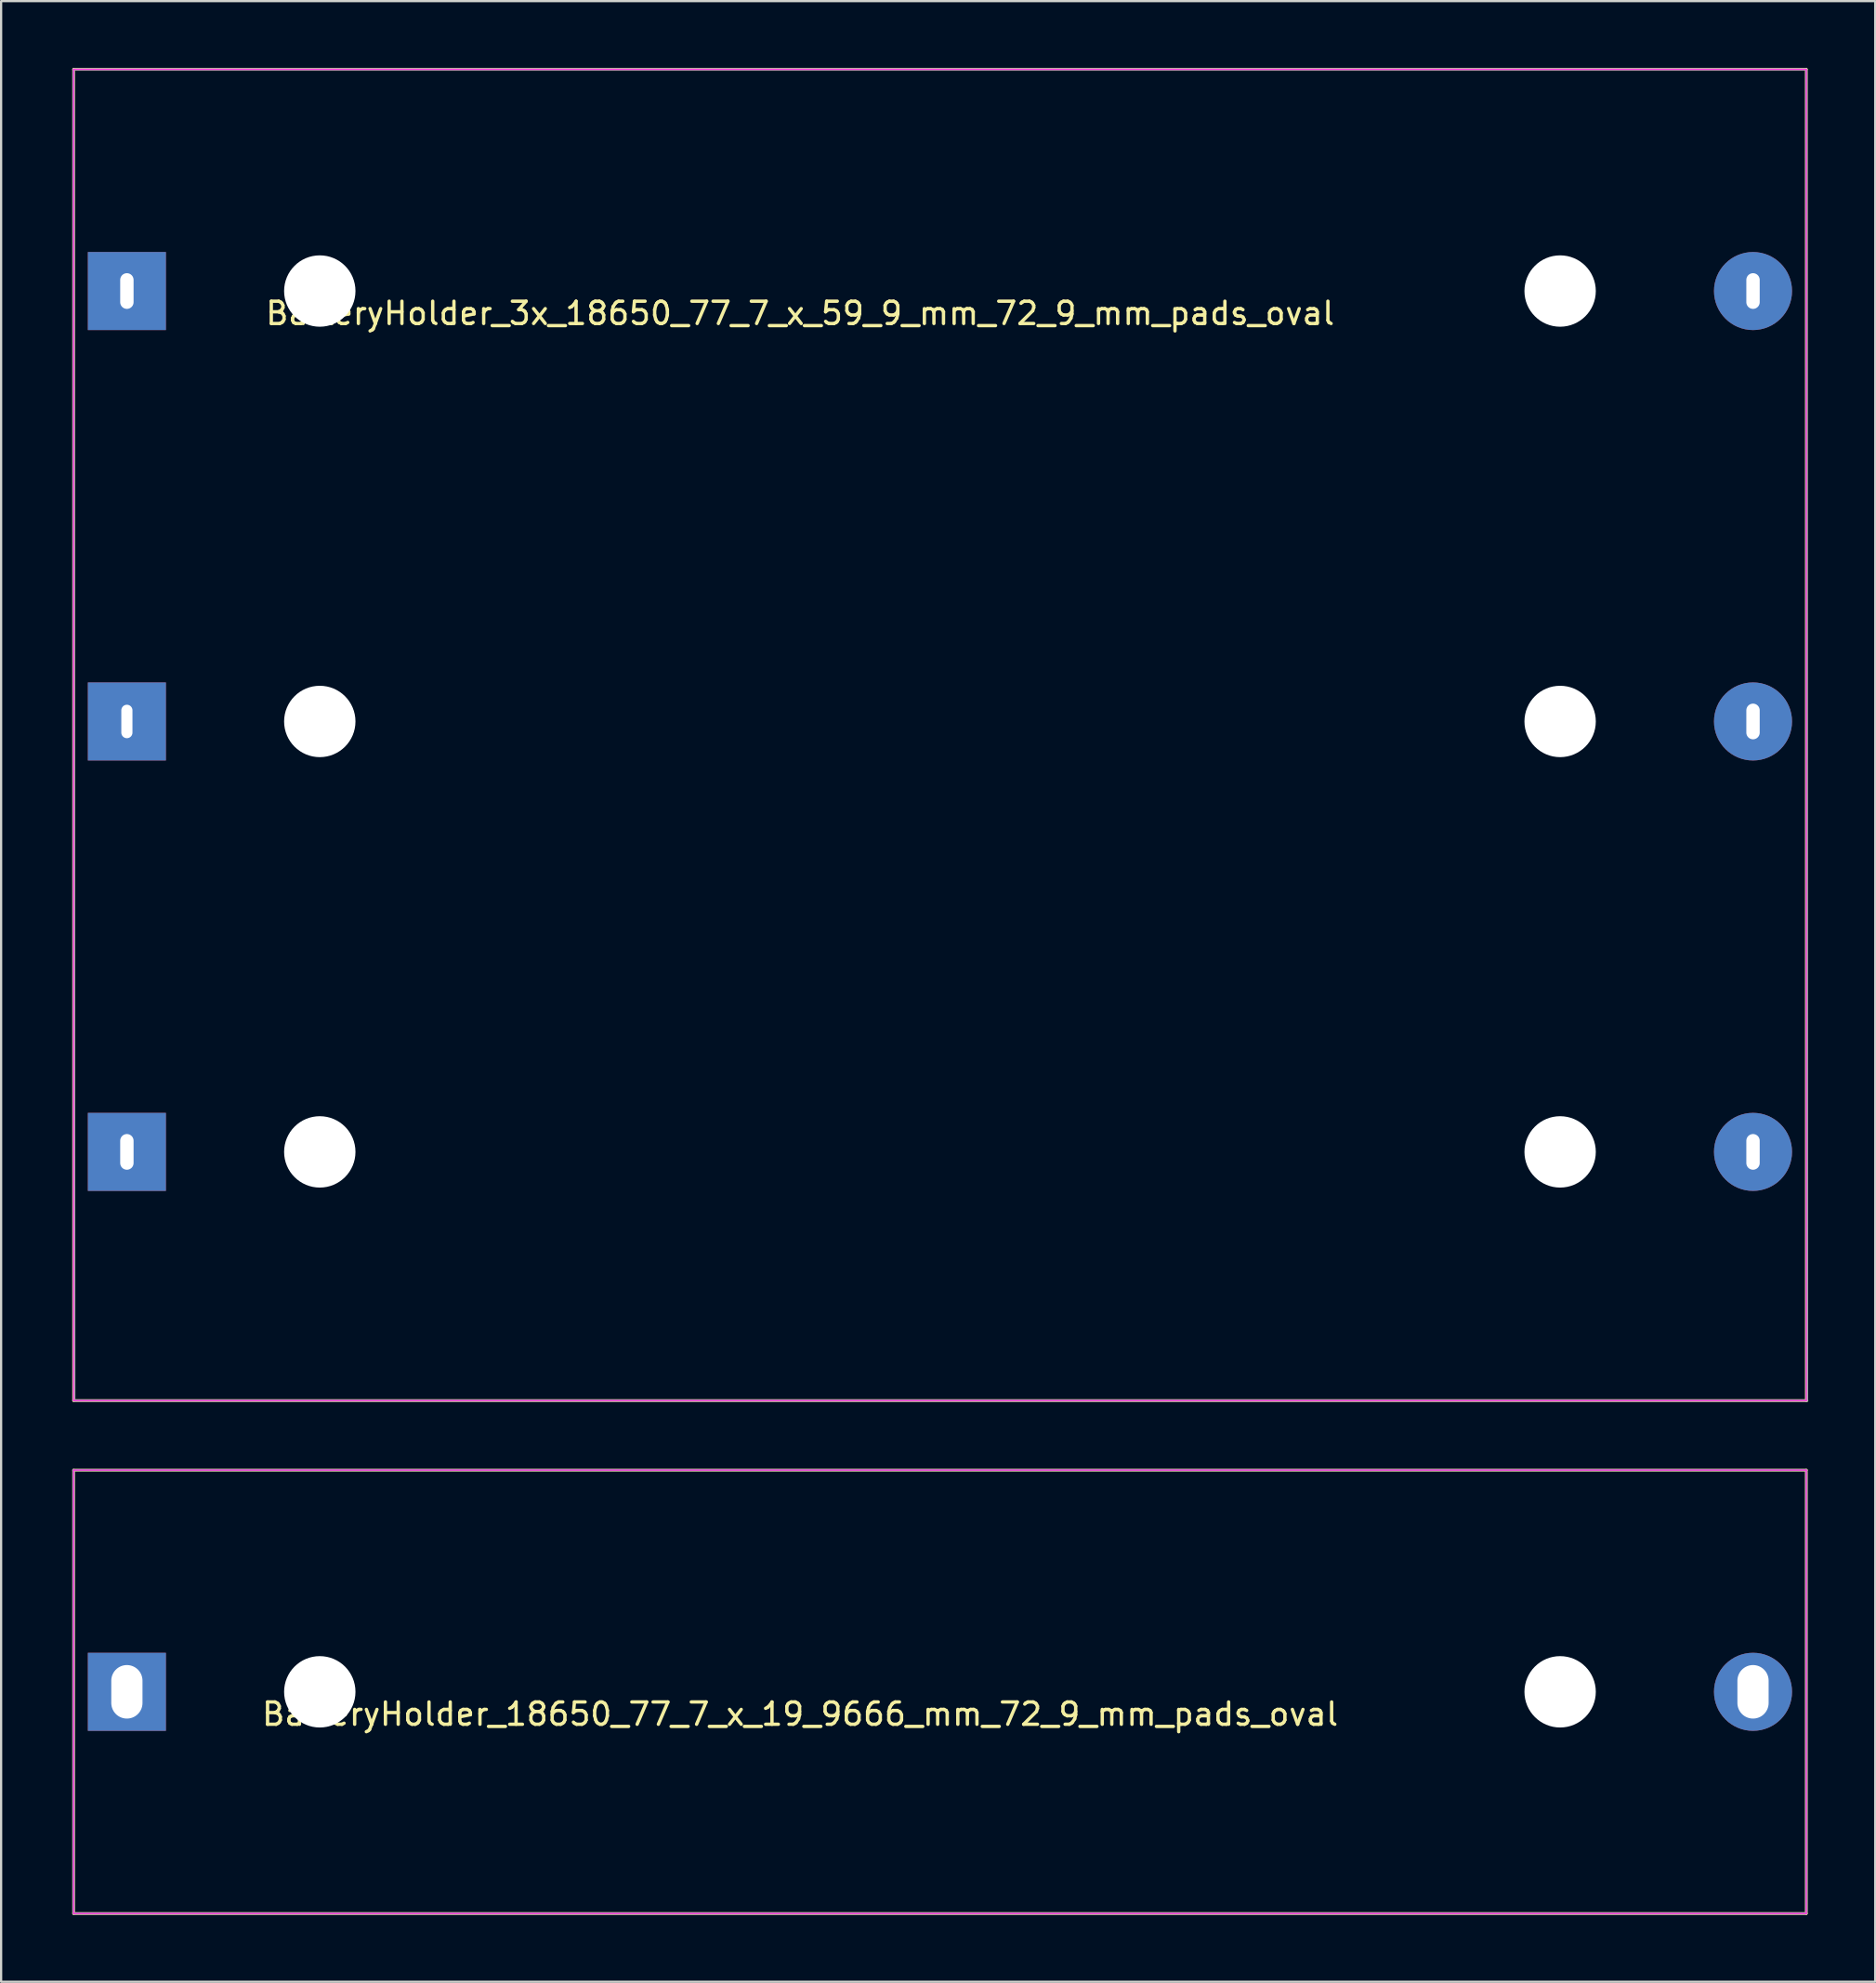
<source format=kicad_pcb>
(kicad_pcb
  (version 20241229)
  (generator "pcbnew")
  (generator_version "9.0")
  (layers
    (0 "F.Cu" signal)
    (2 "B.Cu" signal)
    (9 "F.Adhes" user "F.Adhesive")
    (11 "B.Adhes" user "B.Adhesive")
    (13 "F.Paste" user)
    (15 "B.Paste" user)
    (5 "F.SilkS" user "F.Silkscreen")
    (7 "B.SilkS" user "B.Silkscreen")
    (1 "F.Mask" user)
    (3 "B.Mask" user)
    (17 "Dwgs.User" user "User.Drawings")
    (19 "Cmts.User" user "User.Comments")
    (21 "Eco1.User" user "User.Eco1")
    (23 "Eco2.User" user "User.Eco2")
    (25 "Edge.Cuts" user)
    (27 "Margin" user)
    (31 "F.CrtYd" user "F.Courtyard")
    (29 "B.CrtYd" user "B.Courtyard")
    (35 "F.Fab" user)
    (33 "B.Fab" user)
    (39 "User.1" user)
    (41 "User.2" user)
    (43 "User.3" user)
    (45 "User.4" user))
  (footprint "BatteryHolder_3x_18650_77_7_x_59_9_mm_72_9_mm_pads_oval"
    (layer "F.Cu")
    (at 0.25 10)
    (property "Reference" "BatteryHolder_3x_18650_77_7_x_59_9_mm_72_9_mm_pads_oval" (at 32.58 1 180) (layer "F.SilkS") (effects (font (size 1 1) (thickness 0.15))))
    (attr through_hole)
    (fp_line (start 0 -9.94) (end 77.7 -9.94) (stroke (width 0.12) (type solid)) (layer "F.SilkS"))
    (fp_line (start 0 49.75) (end 0 -9.94) (stroke (width 0.12) (type solid)) (layer "F.SilkS"))
    (fp_line (start 77.7 -9.94) (end 77.7 49.75) (stroke (width 0.12) (type solid)) (layer "F.SilkS"))
    (fp_line (start 77.73 49.75) (end 0 49.75) (stroke (width 0.12) (type solid)) (layer "F.SilkS"))
    (fp_line (start 0 -9.94) (end 77.7 -9.94) (stroke (width 0.05) (type solid)) (layer "F.CrtYd"))
    (fp_line (start 0 49.75) (end 0 -9.94) (stroke (width 0.05) (type solid)) (layer "F.CrtYd"))
    (fp_line (start 77.7 -9.94) (end 77.7 49.75) (stroke (width 0.05) (type solid)) (layer "F.CrtYd"))
    (fp_line (start 77.7 49.75) (end 0 49.75) (stroke (width 0.05) (type solid)) (layer "F.CrtYd"))
    (fp_line (start 0 -9.94) (end 77.7 -9.94) (stroke (width 0.1) (type solid)) (layer "F.Fab"))
    (fp_line (start 0.03 49.75) (end 0 -9.85) (stroke (width 0.1) (type solid)) (layer "F.Fab"))
    (fp_line (start 77.7 -9.85) (end 77.73 49.75) (stroke (width 0.1) (type solid)) (layer "F.Fab"))
    (fp_line (start 77.73 49.75) (end 0.03 49.75) (stroke (width 0.1) (type solid)) (layer "F.Fab"))
    (pad "" np_thru_hole circle (at 11.04 0) (size 3.2 3.2) (drill 3.2) (layers "*.Cu" "*.Mask"))
    (pad "" np_thru_hole circle (at 11.04 19.3) (size 3.2 3.2) (drill 3.2) (layers "*.Cu" "*.Mask"))
    (pad "" np_thru_hole circle (at 11.04 38.6) (size 3.2 3.2) (drill 3.2) (layers "*.Cu" "*.Mask"))
    (pad "" np_thru_hole circle (at 66.66 0) (size 3.2 3.2) (drill 3.2) (layers "*.Cu" "*.Mask"))
    (pad "" np_thru_hole circle (at 66.66 19.3) (size 3.2 3.2) (drill 3.2) (layers "*.Cu" "*.Mask"))
    (pad "" np_thru_hole circle (at 66.66 38.6) (size 3.2 3.2) (drill 3.2) (layers "*.Cu" "*.Mask"))
    (pad "1" thru_hole rect (at 2.39 38.6) (size 3.5 3.5) (drill oval 0.6 1.6) (layers "*.Cu" "*.Mask"))
    (pad "2" thru_hole circle (at 75.31 38.6) (size 3.5 3.5) (drill oval 0.6 1.6) (layers "*.Cu" "*.Mask"))
    (pad "3" thru_hole rect (at 2.39 19.3) (size 3.5 3.5) (drill oval 0.5 1.5) (layers "*.Cu" "*.Mask"))
    (pad "4" thru_hole circle (at 75.31 19.3) (size 3.5 3.5) (drill oval 0.6 1.6) (layers "*.Cu" "*.Mask"))
    (pad "5" thru_hole rect (at 2.39 0) (size 3.5 3.5) (drill oval 0.6 1.6) (layers "*.Cu" "*.Mask"))
    (pad "6" thru_hole circle (at 75.31 0) (size 3.5 3.5) (drill oval 0.6 1.6) (layers "*.Cu" "*.Mask")))
  (footprint "BatteryHolder_18650_77_7_x_19_9666_mm_72_9_mm_pads_oval"
    (layer "F.Cu")
    (at 0.25 72.81)
    (property "Reference" "BatteryHolder_18650_77_7_x_19_9666_mm_72_9_mm_pads_oval" (at 32.58 1 180) (layer "F.SilkS") (effects (font (size 1 1) (thickness 0.15))))
    (attr through_hole)
    (fp_line (start 0 -9.94) (end 77.7 -9.94) (stroke (width 0.12) (type solid)) (layer "F.SilkS"))
    (fp_line (start 0 9.94) (end 0 -9.94) (stroke (width 0.12) (type solid)) (layer "F.SilkS"))
    (fp_line (start 77.7 -9.94) (end 77.7 9.94) (stroke (width 0.12) (type solid)) (layer "F.SilkS"))
    (fp_line (start 77.7 9.94) (end 0 9.94) (stroke (width 0.12) (type solid)) (layer "F.SilkS"))
    (fp_line (start 0 -9.94) (end 77.7 -9.94) (stroke (width 0.05) (type solid)) (layer "F.CrtYd"))
    (fp_line (start 0 9.94) (end 0 -9.94) (stroke (width 0.05) (type solid)) (layer "F.CrtYd"))
    (fp_line (start 77.7 -9.94) (end 77.7 9.94) (stroke (width 0.05) (type solid)) (layer "F.CrtYd"))
    (fp_line (start 77.7 9.94) (end 0 9.94) (stroke (width 0.05) (type solid)) (layer "F.CrtYd"))
    (fp_line (start 0 -9.94) (end 77.7 -9.94) (stroke (width 0.1) (type solid)) (layer "F.Fab"))
    (fp_line (start 0 9.85) (end 0 -9.85) (stroke (width 0.1) (type solid)) (layer "F.Fab"))
    (fp_line (start 77.7 -9.85) (end 77.7 9.85) (stroke (width 0.1) (type solid)) (layer "F.Fab"))
    (fp_line (start 77.7 9.94) (end 0 9.94) (stroke (width 0.1) (type solid)) (layer "F.Fab"))
    (pad "" np_thru_hole circle (at 11.04 0) (size 3.2 3.2) (drill 3.2) (layers "*.Cu" "*.Mask"))
    (pad "" np_thru_hole circle (at 66.66 0) (size 3.2 3.2) (drill 3.2) (layers "*.Cu" "*.Mask"))
    (pad "1" thru_hole rect (at 2.39 0) (size 3.5 3.5) (drill oval 1.4 2.4) (layers "*.Cu" "*.Mask"))
    (pad "2" thru_hole circle (at 75.31 0) (size 3.5 3.5) (drill oval 1.4 2.4) (layers "*.Cu" "*.Mask")))
  (gr_rect
    (start -3 -3)
    (end 81.04 85.81)
    (stroke (width 0.1) (type default))
    (fill no)
    (layer "Edge.Cuts")))
</source>
